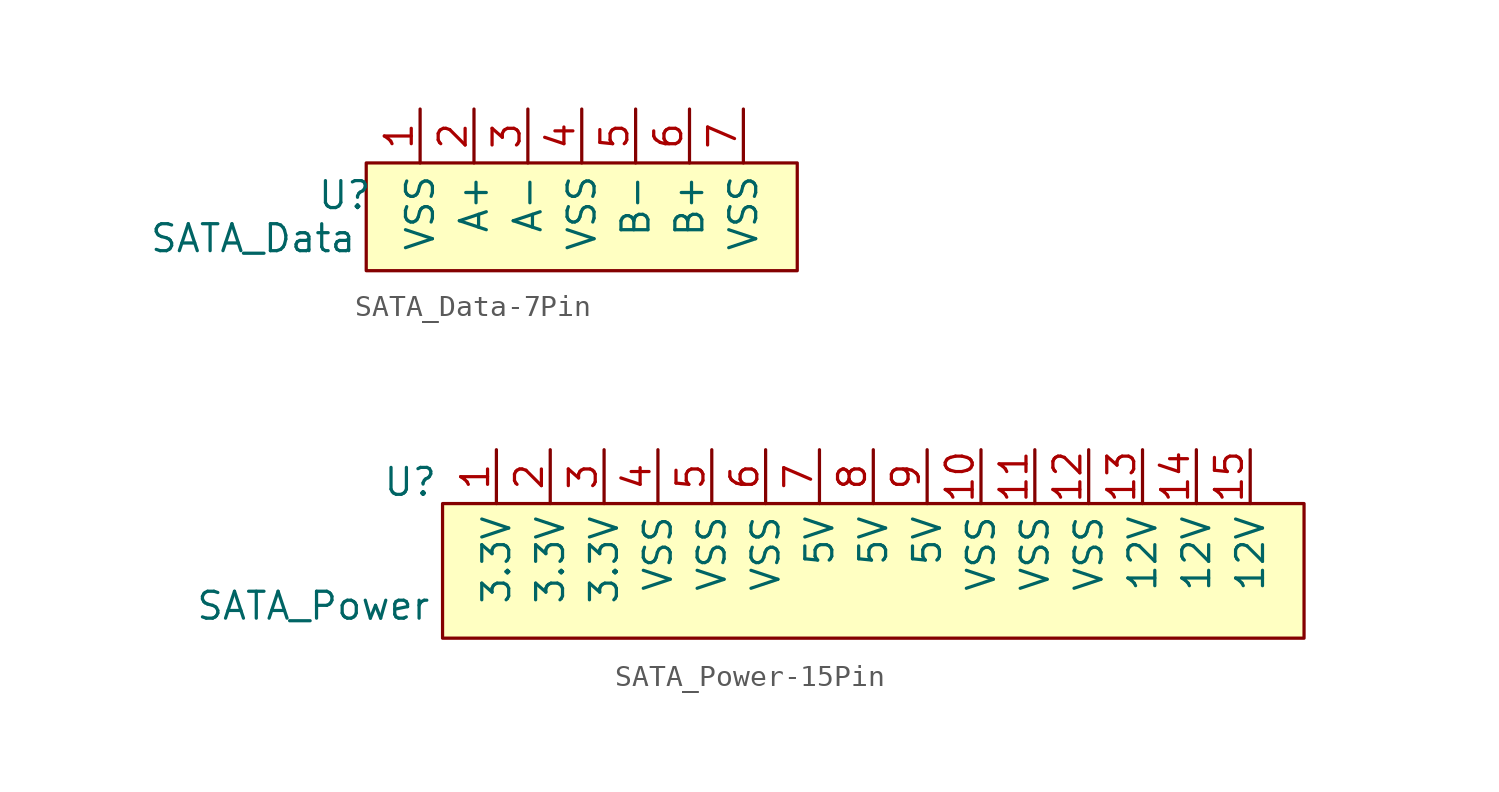
<source format=kicad_sym>
(kicad_symbol_lib
  (version 20231120)
  (generator "kicad_symbol_editor")
  (generator_version "8.0")
  (symbol "SATA_Data-7Pin"
    (property "Reference" "U"
      (at -1.016 -4.064 0)
      (effects (font (size 1.27 1.27))))
    (property "Value" "SATA_Data"
      (at -5.334 -6.096 0)
      (effects (font (size 1.27 1.27))))
    (symbol "SATA_Data-7Pin_1_1"
      (rectangle (start 0 -2.54) (end 20.32 -7.62) (stroke (width 0) (type default)) (fill (type background)))
      (pin input line (at 2.54 0 270) (length 2.54) (name "VSS" (effects (font (size 1.27 1.27)))) (number "1" (effects (font (size 1.27 1.27)))))
      (pin input line (at 5.08 0 270) (length 2.54) (name "A+" (effects (font (size 1.27 1.27)))) (number "2" (effects (font (size 1.27 1.27)))))
      (pin input line (at 7.62 0 270) (length 2.54) (name "A-" (effects (font (size 1.27 1.27)))) (number "3" (effects (font (size 1.27 1.27)))))
      (pin input line (at 10.16 0 270) (length 2.54) (name "VSS" (effects (font (size 1.27 1.27)))) (number "4" (effects (font (size 1.27 1.27)))))
      (pin input line (at 12.7 0 270) (length 2.54) (name "B-" (effects (font (size 1.27 1.27)))) (number "5" (effects (font (size 1.27 1.27)))))
      (pin input line (at 15.24 0 270) (length 2.54) (name "B+" (effects (font (size 1.27 1.27)))) (number "6" (effects (font (size 1.27 1.27)))))
      (pin input line (at 17.78 0 270) (length 2.54) (name "VSS" (effects (font (size 1.27 1.27)))) (number "7" (effects (font (size 1.27 1.27)))))))
  (symbol "SATA_Power-15Pin"
    (property "Reference" "U"
      (at -1.524 -1.524 0)
      (effects (font (size 1.27 1.27))))
    (property "Value" "SATA_Power"
      (at -6.096 -7.366 0)
      (effects (font (size 1.27 1.27))))
    (symbol "SATA_Power-15Pin_1_1"
      (rectangle (start 0 -2.54) (end 40.64 -8.89) (stroke (width 0) (type default)) (fill (type background)))
      (pin input line (at 2.54 0 270) (length 2.54) (name "3.3V" (effects (font (size 1.27 1.27)))) (number "1" (effects (font (size 1.27 1.27)))))
      (pin input line (at 25.4 0 270) (length 2.54) (name "VSS" (effects (font (size 1.27 1.27)))) (number "10" (effects (font (size 1.27 1.27)))))
      (pin input line (at 27.94 0 270) (length 2.54) (name "VSS" (effects (font (size 1.27 1.27)))) (number "11" (effects (font (size 1.27 1.27)))))
      (pin input line (at 30.48 0 270) (length 2.54) (name "VSS" (effects (font (size 1.27 1.27)))) (number "12" (effects (font (size 1.27 1.27)))))
      (pin input line (at 33.02 0 270) (length 2.54) (name "12V" (effects (font (size 1.27 1.27)))) (number "13" (effects (font (size 1.27 1.27)))))
      (pin input line (at 35.56 0 270) (length 2.54) (name "12V" (effects (font (size 1.27 1.27)))) (number "14" (effects (font (size 1.27 1.27)))))
      (pin input line (at 38.1 0 270) (length 2.54) (name "12V" (effects (font (size 1.27 1.27)))) (number "15" (effects (font (size 1.27 1.27)))))
      (pin input line (at 5.08 0 270) (length 2.54) (name "3.3V" (effects (font (size 1.27 1.27)))) (number "2" (effects (font (size 1.27 1.27)))))
      (pin input line (at 7.62 0 270) (length 2.54) (name "3.3V" (effects (font (size 1.27 1.27)))) (number "3" (effects (font (size 1.27 1.27)))))
      (pin input line (at 10.16 0 270) (length 2.54) (name "VSS" (effects (font (size 1.27 1.27)))) (number "4" (effects (font (size 1.27 1.27)))))
      (pin input line (at 12.7 0 270) (length 2.54) (name "VSS" (effects (font (size 1.27 1.27)))) (number "5" (effects (font (size 1.27 1.27)))))
      (pin input line (at 15.24 0 270) (length 2.54) (name "VSS" (effects (font (size 1.27 1.27)))) (number "6" (effects (font (size 1.27 1.27)))))
      (pin input line (at 17.78 0 270) (length 2.54) (name "5V" (effects (font (size 1.27 1.27)))) (number "7" (effects (font (size 1.27 1.27)))))
      (pin input line (at 20.32 0 270) (length 2.54) (name "5V" (effects (font (size 1.27 1.27)))) (number "8" (effects (font (size 1.27 1.27)))))
      (pin input line (at 22.86 0 270) (length 2.54) (name "5V" (effects (font (size 1.27 1.27)))) (number "9" (effects (font (size 1.27 1.27))))))))
</source>
